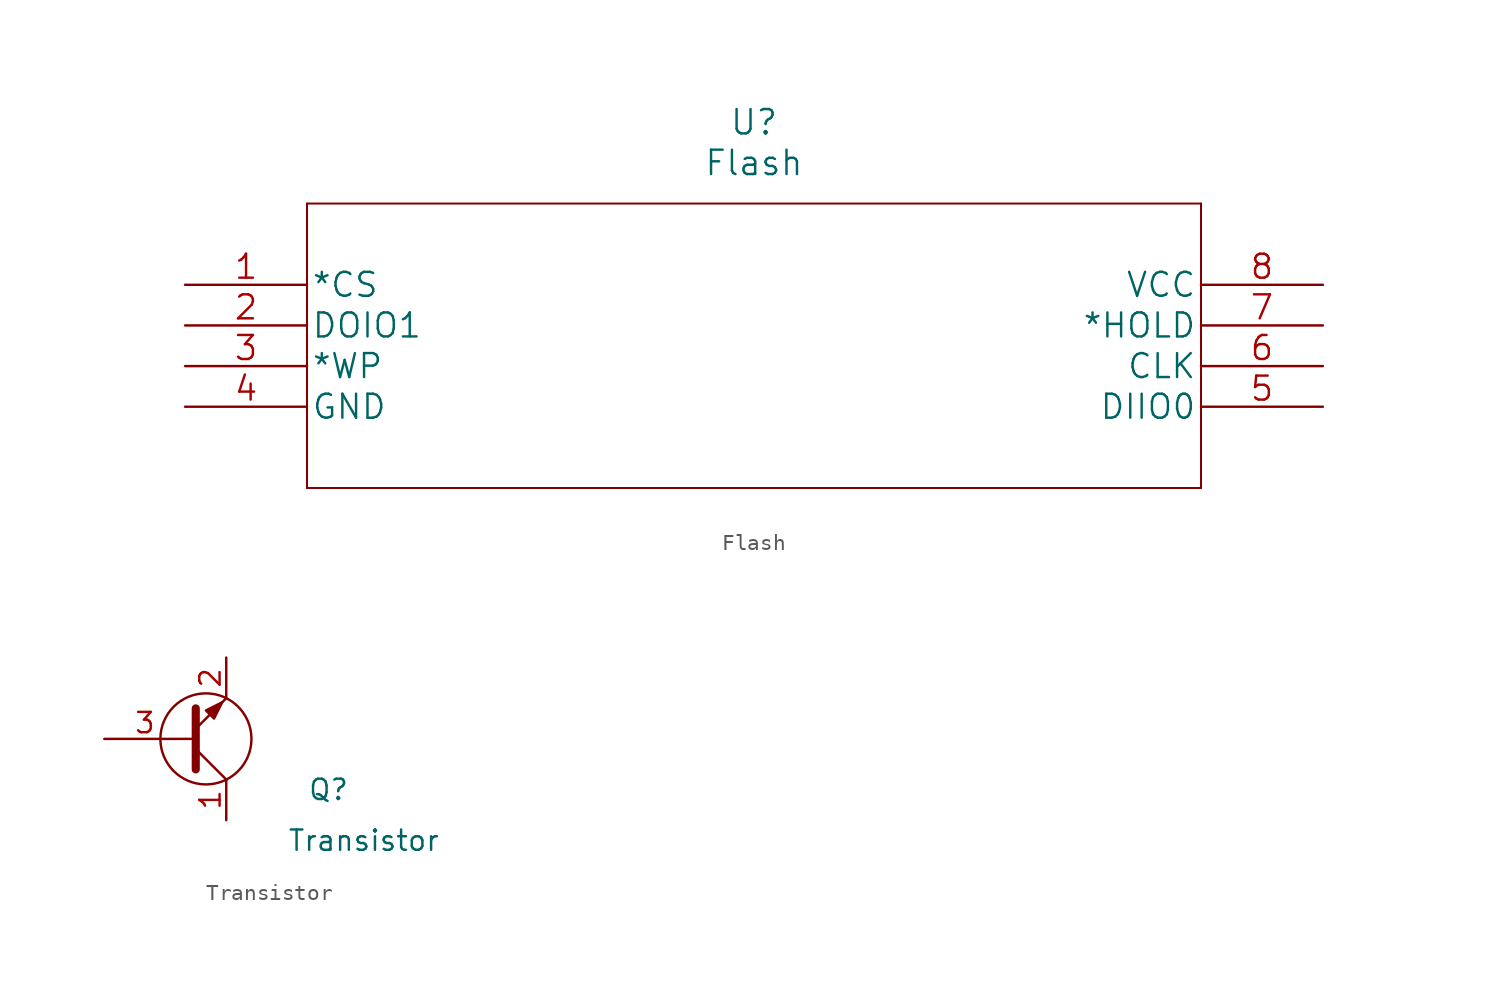
<source format=kicad_sym>
(kicad_symbol_lib
  (version 20211014)
  (generator kicad_symbol_editor)
  (symbol "Flash"
    (pin_names
      (offset 0.254))
    (property "Reference" "U"
      (at 35.56 10.16 0)
      (effects (font (size 1.524 1.524))))
    (property "Value" "Flash"
      (at 35.56 7.62 0)
      (effects (font (size 1.524 1.524))))
    (property "Datasheet" ""
      (at 0 0 0)
      (effects (font (size 1.524 1.524))))
    (property "ki_locked" ""
      (at 0 0 0)
      (effects (font (size 1.27 1.27))))
    (symbol "Flash_1_1"
      (polyline (pts (xy 7.62 -12.7) (xy 63.5 -12.7)) (stroke (width 0.127) (type default) (color 0 0 0 0)) (fill (type none)))
      (polyline (pts (xy 7.62 5.08) (xy 7.62 -12.7)) (stroke (width 0.127) (type default) (color 0 0 0 0)) (fill (type none)))
      (polyline (pts (xy 63.5 -12.7) (xy 63.5 5.08)) (stroke (width 0.127) (type default) (color 0 0 0 0)) (fill (type none)))
      (polyline (pts (xy 63.5 5.08) (xy 7.62 5.08)) (stroke (width 0.127) (type default) (color 0 0 0 0)) (fill (type none)))
      (pin input line (at 0 0 0) (length 7.62) (name "*CS" (effects (font (size 1.499 1.499)))) (number "1" (effects (font (size 1.499 1.499)))))
      (pin bidirectional line (at 0 -2.54 0) (length 7.62) (name "DOIO1" (effects (font (size 1.499 1.499)))) (number "2" (effects (font (size 1.499 1.499)))))
      (pin input line (at 0 -5.08 0) (length 7.62) (name "*WP" (effects (font (size 1.499 1.499)))) (number "3" (effects (font (size 1.499 1.499)))))
      (pin power_in line (at 0 -7.62 0) (length 7.62) (name "GND" (effects (font (size 1.499 1.499)))) (number "4" (effects (font (size 1.499 1.499)))))
      (pin bidirectional line (at 71.12 -7.62 180) (length 7.62) (name "DIIO0" (effects (font (size 1.499 1.499)))) (number "5" (effects (font (size 1.499 1.499)))))
      (pin input line (at 71.12 -5.08 180) (length 7.62) (name "CLK" (effects (font (size 1.499 1.499)))) (number "6" (effects (font (size 1.499 1.499)))))
      (pin input line (at 71.12 -2.54 180) (length 7.62) (name "*HOLD" (effects (font (size 1.499 1.499)))) (number "7" (effects (font (size 1.499 1.499)))))
      (pin power_in line (at 71.12 0 180) (length 7.62) (name "VCC" (effects (font (size 1.499 1.499)))) (number "8" (effects (font (size 1.499 1.499)))))))
  (symbol "Transistor"
    (pin_names
      (offset 0) hide)
    (property "Reference" "Q"
      (at 7.62 -3.175 0)
      (effects (font (size 1.27 1.27)) (justify left)))
    (property "Value" "Transistor"
      (at 6.35 -6.35 0)
      (effects (font (size 1.27 1.27)) (justify left)))
    (symbol "Transistor_0_0"
      (circle (center 1.27 0) (radius 2.845) (stroke (width 0) (type default) (color 0 0 0 0)) (fill (type none))))
    (symbol "Transistor_0_1"
      (polyline (pts (xy 0 0) (xy 0.508 0)) (stroke (width 0) (type default) (color 0 0 0 0)) (fill (type none)))
      (polyline (pts (xy 0.635 0.635) (xy 2.54 2.54)) (stroke (width 0) (type default) (color 0 0 0 0)) (fill (type none)))
      (polyline (pts (xy 0.635 -0.635) (xy 2.54 -2.54) (xy 2.54 -2.54)) (stroke (width 0) (type default) (color 0 0 0 0)) (fill (type none)))
      (polyline (pts (xy 0.635 1.905) (xy 0.635 -1.905) (xy 0.635 -1.905)) (stroke (width 0.508) (type default) (color 0 0 0 0)) (fill (type none)))
      (polyline (pts (xy 1.778 1.27) (xy 1.27 1.778) (xy 2.286 2.286) (xy 1.778 1.27) (xy 1.778 1.27)) (stroke (width 0) (type default) (color 0 0 0 0)) (fill (type outline))))
    (symbol "Transistor_1_1"
      (pin passive line (at 2.54 -5.08 90) (length 2.54) (name "E" (effects (font (size 1.27 1.27)))) (number "1" (effects (font (size 1.27 1.27)))))
      (pin passive line (at 2.54 5.08 270) (length 2.54) (name "C" (effects (font (size 1.27 1.27)))) (number "2" (effects (font (size 1.27 1.27)))))
      (pin input line (at -5.08 0 0) (length 5.08) (name "B" (effects (font (size 1.27 1.27)))) (number "3" (effects (font (size 1.27 1.27))))))))
</source>
